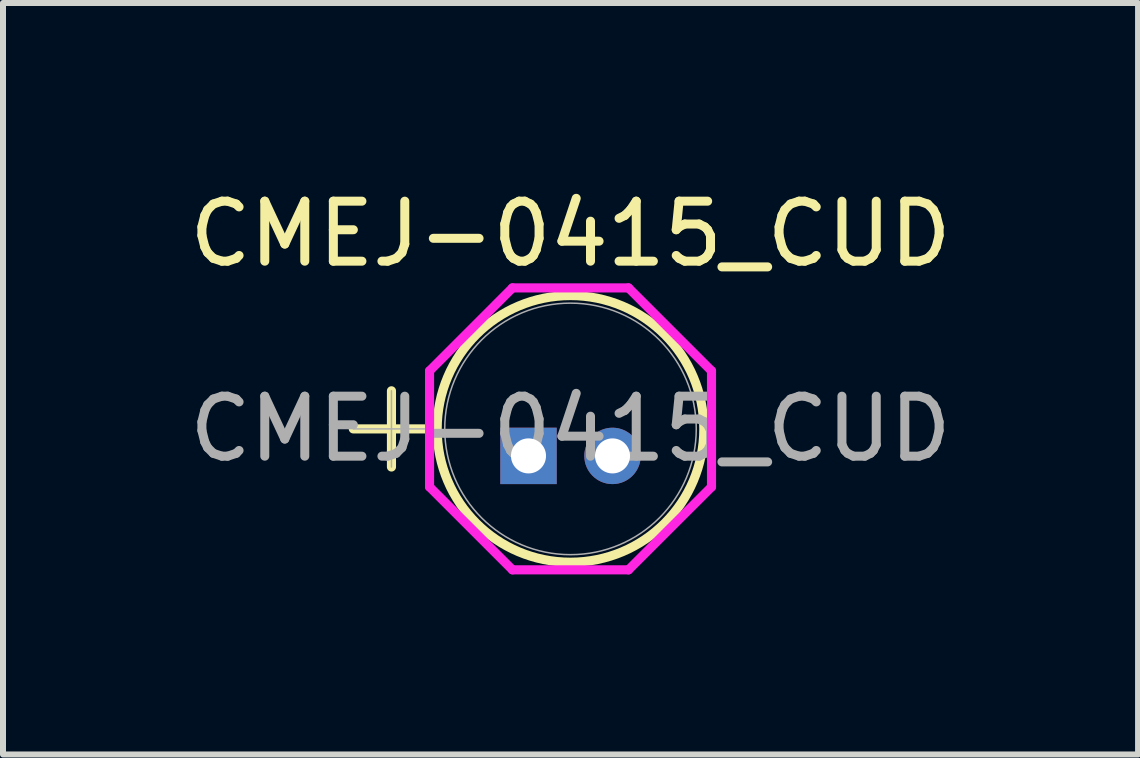
<source format=kicad_pcb>
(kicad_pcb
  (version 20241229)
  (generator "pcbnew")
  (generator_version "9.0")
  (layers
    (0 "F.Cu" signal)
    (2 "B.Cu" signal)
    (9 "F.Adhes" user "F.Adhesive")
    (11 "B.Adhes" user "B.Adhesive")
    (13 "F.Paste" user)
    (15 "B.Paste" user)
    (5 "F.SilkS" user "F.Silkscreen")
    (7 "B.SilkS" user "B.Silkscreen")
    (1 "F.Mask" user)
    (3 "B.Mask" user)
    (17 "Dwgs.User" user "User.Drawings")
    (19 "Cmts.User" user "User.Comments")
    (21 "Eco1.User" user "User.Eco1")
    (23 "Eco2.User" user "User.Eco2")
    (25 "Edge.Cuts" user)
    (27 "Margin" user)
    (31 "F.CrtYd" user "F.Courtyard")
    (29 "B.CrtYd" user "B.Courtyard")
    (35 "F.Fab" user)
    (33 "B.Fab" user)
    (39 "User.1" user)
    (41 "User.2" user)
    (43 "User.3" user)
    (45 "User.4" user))
  (footprint "CMEJ-0415_CUD"
    (layer "F.Cu")
    (at 5.758 4.548)
    (property "Reference" "CMEJ-0415_CUD" (at 0.7 -3.7 0) (unlocked yes) (layer "F.SilkS") (effects (font (size 1 1) (thickness 0.15))))
    (attr through_hole)
    (fp_line (start -2.92 -0.45) (end -1.649 -0.45) (stroke (width 0.152) (type solid)) (layer "F.SilkS"))
    (fp_line (start -2.284 -1.085) (end -2.284 0.185) (stroke (width 0.152) (type solid)) (layer "F.SilkS"))
    (fp_circle (center 0.7 -0.45) (end 2.922 -0.45) (stroke (width 0.152) (type solid)) (fill no) (layer "F.SilkS"))
    (fp_line (start -1.649 -1.417) (end -0.267 -2.8) (stroke (width 0.152) (type solid)) (layer "F.CrtYd"))
    (fp_line (start -1.649 0.517) (end -1.649 -1.417) (stroke (width 0.152) (type solid)) (layer "F.CrtYd"))
    (fp_line (start -0.267 -2.8) (end 1.667 -2.8) (stroke (width 0.152) (type solid)) (layer "F.CrtYd"))
    (fp_line (start -0.267 1.899) (end -1.649 0.517) (stroke (width 0.152) (type solid)) (layer "F.CrtYd"))
    (fp_line (start 1.667 -2.8) (end 3.05 -1.417) (stroke (width 0.152) (type solid)) (layer "F.CrtYd"))
    (fp_line (start 1.667 1.899) (end -0.267 1.899) (stroke (width 0.152) (type solid)) (layer "F.CrtYd"))
    (fp_line (start 3.05 -1.417) (end 3.05 0.517) (stroke (width 0.152) (type solid)) (layer "F.CrtYd"))
    (fp_line (start 3.05 0.517) (end 1.667 1.899) (stroke (width 0.152) (type solid)) (layer "F.CrtYd"))
    (fp_line (start -2.92 -0.45) (end -1.649 -0.45) (stroke (width 0.025) (type solid)) (layer "F.Fab"))
    (fp_line (start -2.284 -1.085) (end -2.284 0.185) (stroke (width 0.025) (type solid)) (layer "F.Fab"))
    (fp_circle (center 0.7 -0.45) (end 2.796 -0.45) (stroke (width 0.025) (type solid)) (fill no) (layer "F.Fab"))
    (fp_text user "${REFERENCE}" (at 0.7 -0.45 0) (unlocked yes) (layer "F.Fab") (effects (font (size 1 1) (thickness 0.15))))
    (pad "1" thru_hole rect (at 0 0) (size 0.94 0.94) (drill 0.584) (layers "*.Cu" "*.Mask"))
    (pad "2" thru_hole circle (at 1.4 0) (size 0.94 0.94) (drill 0.584) (layers "*.Cu" "*.Mask")))
  (gr_rect
    (start -3 -3)
    (end 15.917 9.524)
    (stroke (width 0.1) (type default))
    (fill no)
    (layer "Edge.Cuts")))
</source>
